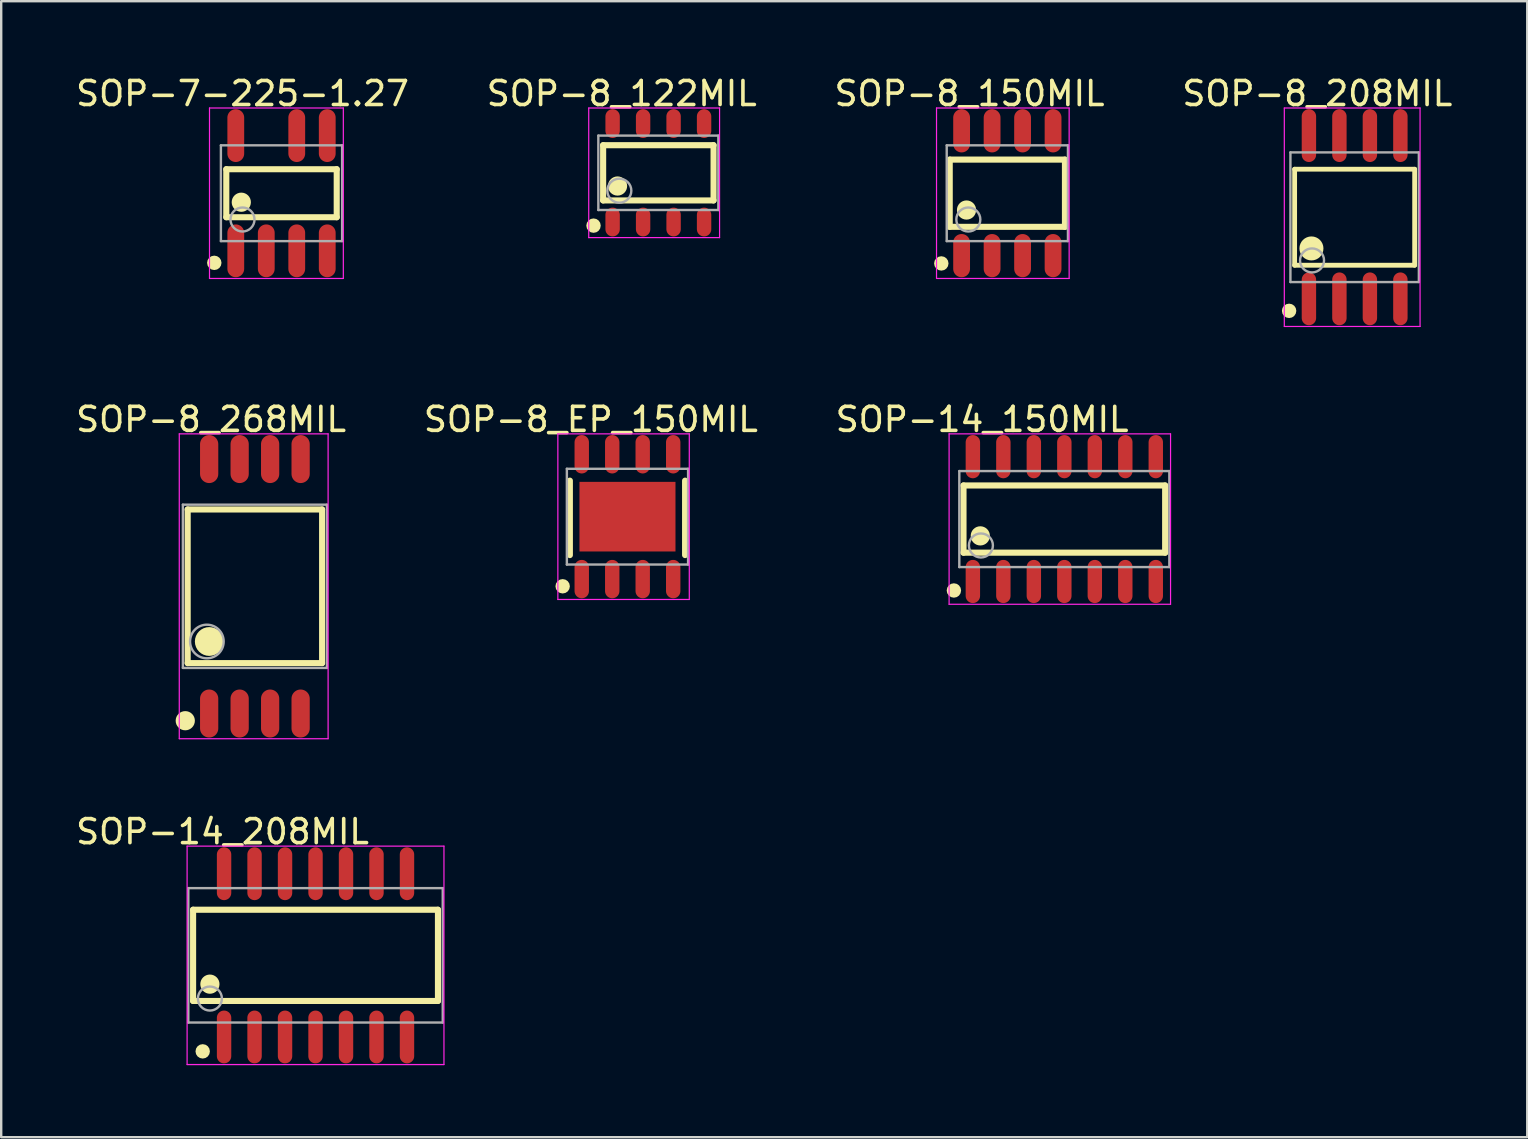
<source format=kicad_pcb>
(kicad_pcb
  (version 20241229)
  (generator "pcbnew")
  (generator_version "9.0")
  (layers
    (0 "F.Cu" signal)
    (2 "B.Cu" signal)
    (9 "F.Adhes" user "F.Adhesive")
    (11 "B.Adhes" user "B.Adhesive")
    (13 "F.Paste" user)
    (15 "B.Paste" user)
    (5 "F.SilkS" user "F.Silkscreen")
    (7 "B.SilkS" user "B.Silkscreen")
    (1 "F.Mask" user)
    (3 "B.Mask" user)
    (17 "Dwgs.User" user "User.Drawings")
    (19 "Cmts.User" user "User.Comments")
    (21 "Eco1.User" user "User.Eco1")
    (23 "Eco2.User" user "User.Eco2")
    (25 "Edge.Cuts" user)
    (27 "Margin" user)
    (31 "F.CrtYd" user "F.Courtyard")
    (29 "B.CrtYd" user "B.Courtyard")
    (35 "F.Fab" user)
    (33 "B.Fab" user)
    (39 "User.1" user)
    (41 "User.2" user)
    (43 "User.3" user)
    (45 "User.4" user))
  (footprint "SOP-7-225-1.27"
    (layer "F.Cu")
    (at 8.677 4.999)
    (property "Reference" "SOP-7-225-1.27" (at -1.624 -4.151 0) (layer "F.SilkS") (effects (font (size 1 1) (thickness 0.15))))
    (attr through_hole)
    (fp_line (start -2.3 -1) (end 2.3 -1) (stroke (width 0.254) (type solid)) (layer "F.SilkS"))
    (fp_line (start -2.3 1) (end -2.3 -1) (stroke (width 0.254) (type solid)) (layer "F.SilkS"))
    (fp_line (start -2.3 1) (end 2.3 1) (stroke (width 0.254) (type solid)) (layer "F.SilkS"))
    (fp_line (start 2.3 1) (end 2.3 -1) (stroke (width 0.254) (type solid)) (layer "F.SilkS"))
    (fp_circle (center -2.8 2.9) (end -2.65 2.9) (stroke (width 0.3) (type solid)) (fill no) (layer "F.SilkS"))
    (fp_circle (center -1.675 0.375) (end -1.475 0.375) (stroke (width 0.4) (type solid)) (fill no) (layer "F.SilkS"))
    (fp_line (start -3 -3.55) (end 2.575 -3.55) (stroke (width 0.05) (type solid)) (layer "F.CrtYd"))
    (fp_line (start -3 3.55) (end -3 -3.55) (stroke (width 0.05) (type solid)) (layer "F.CrtYd"))
    (fp_line (start 2.575 -3.55) (end 2.575 3.55) (stroke (width 0.05) (type solid)) (layer "F.CrtYd"))
    (fp_line (start 2.575 3.55) (end -3 3.55) (stroke (width 0.05) (type solid)) (layer "F.CrtYd"))
    (fp_line (start -2.525 -1.995) (end 2.525 -1.995) (stroke (width 0.1) (type solid)) (layer "F.Fab"))
    (fp_line (start -2.525 1.995) (end -2.525 -1.995) (stroke (width 0.1) (type solid)) (layer "F.Fab"))
    (fp_line (start -2.525 1.995) (end 2.525 1.995) (stroke (width 0.1) (type solid)) (layer "F.Fab"))
    (fp_line (start 2.525 1.995) (end 2.525 -1.995) (stroke (width 0.1) (type solid)) (layer "F.Fab"))
    (fp_circle (center -1.625 1.095) (end -1.125 1.095) (stroke (width 0.1) (type solid)) (fill no) (layer "F.Fab"))
    (pad "1" smd oval (at -1.905 2.4 180) (size 0.7 2.2) (layers "F.Cu" "F.Mask" "F.Paste"))
    (pad "2" smd oval (at -0.635 2.4 180) (size 0.7 2.2) (layers "F.Cu" "F.Mask" "F.Paste"))
    (pad "3" smd oval (at 0.635 2.4 180) (size 0.7 2.2) (layers "F.Cu" "F.Mask" "F.Paste"))
    (pad "4" smd oval (at 1.905 2.4 180) (size 0.7 2.2) (layers "F.Cu" "F.Mask" "F.Paste"))
    (pad "5" smd oval (at 1.905 -2.4 180) (size 0.7 2.2) (layers "F.Cu" "F.Mask" "F.Paste"))
    (pad "6" smd oval (at 0.635 -2.4 180) (size 0.7 2.2) (layers "F.Cu" "F.Mask" "F.Paste"))
    (pad "8" smd oval (at -1.905 -2.4 180) (size 0.7 2.2) (layers "F.Cu" "F.Mask" "F.Paste")))
  (footprint "SOP-8_208MIL"
    (layer "F.Cu")
    (at 53.381 5.999)
    (property "Reference" "SOP-8_208MIL" (at -1.554 -5.151 0) (layer "F.SilkS") (effects (font (size 1 1) (thickness 0.15))))
    (attr through_hole)
    (fp_line (start -2.5 -2) (end 2.5 -2) (stroke (width 0.2) (type solid)) (layer "F.SilkS"))
    (fp_line (start -2.5 2) (end -2.5 -2) (stroke (width 0.2) (type solid)) (layer "F.SilkS"))
    (fp_line (start -2.5 2) (end 2.5 2) (stroke (width 0.2) (type solid)) (layer "F.SilkS"))
    (fp_line (start 2.5 2) (end 2.5 -2) (stroke (width 0.2) (type solid)) (layer "F.SilkS"))
    (fp_circle (center -2.73 3.9) (end -2.58 3.9) (stroke (width 0.3) (type solid)) (fill no) (layer "F.SilkS"))
    (fp_circle (center -1.8 1.3) (end -1.55 1.3) (stroke (width 0.5) (type solid)) (fill no) (layer "F.SilkS"))
    (fp_line (start -2.93 -4.55) (end 2.725 -4.55) (stroke (width 0.05) (type solid)) (layer "F.CrtYd"))
    (fp_line (start -2.93 4.55) (end -2.93 -4.55) (stroke (width 0.05) (type solid)) (layer "F.CrtYd"))
    (fp_line (start 2.725 -4.55) (end 2.725 4.55) (stroke (width 0.05) (type solid)) (layer "F.CrtYd"))
    (fp_line (start 2.725 4.55) (end -2.93 4.55) (stroke (width 0.05) (type solid)) (layer "F.CrtYd"))
    (fp_line (start -2.675 -2.7) (end 2.675 -2.7) (stroke (width 0.1) (type solid)) (layer "F.Fab"))
    (fp_line (start -2.675 2.7) (end -2.675 -2.7) (stroke (width 0.1) (type solid)) (layer "F.Fab"))
    (fp_line (start -2.675 2.7) (end 2.675 2.7) (stroke (width 0.1) (type solid)) (layer "F.Fab"))
    (fp_line (start 2.675 2.7) (end 2.675 -2.7) (stroke (width 0.1) (type solid)) (layer "F.Fab"))
    (fp_circle (center -1.775 1.8) (end -1.275 1.8) (stroke (width 0.1) (type solid)) (fill no) (layer "F.Fab"))
    (pad "1" smd oval (at -1.905 3.4 180) (size 0.6 2.2) (layers "F.Cu" "F.Mask" "F.Paste"))
    (pad "2" smd oval (at -0.635 3.4 180) (size 0.6 2.2) (layers "F.Cu" "F.Mask" "F.Paste"))
    (pad "3" smd oval (at 0.635 3.4 180) (size 0.6 2.2) (layers "F.Cu" "F.Mask" "F.Paste"))
    (pad "4" smd oval (at 1.905 3.4 180) (size 0.6 2.2) (layers "F.Cu" "F.Mask" "F.Paste"))
    (pad "5" smd oval (at 1.905 -3.4 180) (size 0.6 2.2) (layers "F.Cu" "F.Mask" "F.Paste"))
    (pad "6" smd oval (at 0.635 -3.4 180) (size 0.6 2.2) (layers "F.Cu" "F.Mask" "F.Paste"))
    (pad "7" smd oval (at -0.635 -3.4 180) (size 0.6 2.2) (layers "F.Cu" "F.Mask" "F.Paste"))
    (pad "8" smd oval (at -1.905 -3.4 180) (size 0.6 2.2) (layers "F.Cu" "F.Mask" "F.Paste")))
  (footprint "SOP-14_208MIL"
    (layer "F.Cu")
    (at 10.094 36.747)
    (property "Reference" "SOP-14_208MIL" (at -3.874 -5.151 0) (layer "F.SilkS") (effects (font (size 1 1) (thickness 0.15))))
    (attr through_hole)
    (fp_line (start -5.1 -1.9) (end 5.1 -1.9) (stroke (width 0.254) (type solid)) (layer "F.SilkS"))
    (fp_line (start -5.1 1.9) (end -5.1 -1.9) (stroke (width 0.254) (type solid)) (layer "F.SilkS"))
    (fp_line (start -5.1 1.9) (end 5.1 1.9) (stroke (width 0.254) (type solid)) (layer "F.SilkS"))
    (fp_line (start 5.1 1.9) (end 5.1 -1.9) (stroke (width 0.254) (type solid)) (layer "F.SilkS"))
    (fp_circle (center -4.7 4) (end -4.55 4) (stroke (width 0.3) (type solid)) (fill no) (layer "F.SilkS"))
    (fp_circle (center -4.4 1.2) (end -4.2 1.2) (stroke (width 0.4) (type solid)) (fill no) (layer "F.SilkS"))
    (fp_line (start -5.35 -4.55) (end 5.35 -4.55) (stroke (width 0.05) (type solid)) (layer "F.CrtYd"))
    (fp_line (start -5.35 4.55) (end -5.35 -4.55) (stroke (width 0.05) (type solid)) (layer "F.CrtYd"))
    (fp_line (start 5.35 -4.55) (end 5.35 4.55) (stroke (width 0.05) (type solid)) (layer "F.CrtYd"))
    (fp_line (start 5.35 4.55) (end -5.35 4.55) (stroke (width 0.05) (type solid)) (layer "F.CrtYd"))
    (fp_line (start -5.3 -2.8) (end 5.3 -2.8) (stroke (width 0.1) (type solid)) (layer "F.Fab"))
    (fp_line (start -5.3 2.8) (end -5.3 -2.8) (stroke (width 0.1) (type solid)) (layer "F.Fab"))
    (fp_line (start -5.3 2.8) (end 5.3 2.8) (stroke (width 0.1) (type solid)) (layer "F.Fab"))
    (fp_line (start 5.3 2.8) (end 5.3 -2.8) (stroke (width 0.1) (type solid)) (layer "F.Fab"))
    (fp_circle (center -4.4 1.8) (end -3.9 1.8) (stroke (width 0.1) (type solid)) (fill no) (layer "F.Fab"))
    (pad "1" smd oval (at -3.81 3.4) (size 0.6 2.2) (layers "F.Cu" "F.Mask" "F.Paste"))
    (pad "2" smd oval (at -2.54 3.4) (size 0.6 2.2) (layers "F.Cu" "F.Mask" "F.Paste"))
    (pad "3" smd oval (at -1.27 3.4) (size 0.6 2.2) (layers "F.Cu" "F.Mask" "F.Paste"))
    (pad "4" smd oval (at 0 3.4) (size 0.6 2.2) (layers "F.Cu" "F.Mask" "F.Paste"))
    (pad "5" smd oval (at 1.27 3.4) (size 0.6 2.2) (layers "F.Cu" "F.Mask" "F.Paste"))
    (pad "6" smd oval (at 2.54 3.4) (size 0.6 2.2) (layers "F.Cu" "F.Mask" "F.Paste"))
    (pad "7" smd oval (at 3.81 3.4) (size 0.6 2.2) (layers "F.Cu" "F.Mask" "F.Paste"))
    (pad "8" smd oval (at 3.81 -3.4 180) (size 0.6 2.2) (layers "F.Cu" "F.Mask" "F.Paste"))
    (pad "9" smd oval (at 2.54 -3.4 180) (size 0.6 2.2) (layers "F.Cu" "F.Mask" "F.Paste"))
    (pad "10" smd oval (at 1.27 -3.4 180) (size 0.6 2.2) (layers "F.Cu" "F.Mask" "F.Paste"))
    (pad "11" smd oval (at 0 -3.4 180) (size 0.6 2.2) (layers "F.Cu" "F.Mask" "F.Paste"))
    (pad "12" smd oval (at -1.27 -3.4 180) (size 0.6 2.2) (layers "F.Cu" "F.Mask" "F.Paste"))
    (pad "13" smd oval (at -2.54 -3.4 180) (size 0.6 2.2) (layers "F.Cu" "F.Mask" "F.Paste"))
    (pad "14" smd oval (at -3.81 -3.4 180) (size 0.6 2.2) (layers "F.Cu" "F.Mask" "F.Paste")))
  (footprint "SOP-8_150MIL"
    (layer "F.Cu")
    (at 38.913 4.999)
    (property "Reference" "SOP-8_150MIL" (at -1.574 -4.151 0) (layer "F.SilkS") (effects (font (size 1 1) (thickness 0.15))))
    (attr through_hole)
    (fp_line (start -2.4 -1.4) (end 2.4 -1.4) (stroke (width 0.254) (type solid)) (layer "F.SilkS"))
    (fp_line (start -2.4 1.4) (end -2.4 -1.4) (stroke (width 0.254) (type solid)) (layer "F.SilkS"))
    (fp_line (start -2.4 1.4) (end 2.4 1.4) (stroke (width 0.254) (type solid)) (layer "F.SilkS"))
    (fp_line (start 2.4 1.4) (end 2.4 -1.4) (stroke (width 0.254) (type solid)) (layer "F.SilkS"))
    (fp_circle (center -2.75 2.925) (end -2.6 2.925) (stroke (width 0.3) (type solid)) (fill no) (layer "F.SilkS"))
    (fp_circle (center -1.7 0.7) (end -1.5 0.7) (stroke (width 0.4) (type solid)) (fill no) (layer "F.SilkS"))
    (fp_line (start -2.95 -3.55) (end 2.575 -3.55) (stroke (width 0.05) (type solid)) (layer "F.CrtYd"))
    (fp_line (start -2.95 3.55) (end -2.95 -3.55) (stroke (width 0.05) (type solid)) (layer "F.CrtYd"))
    (fp_line (start 2.575 -3.55) (end 2.575 3.55) (stroke (width 0.05) (type solid)) (layer "F.CrtYd"))
    (fp_line (start 2.575 3.55) (end -2.95 3.55) (stroke (width 0.05) (type solid)) (layer "F.CrtYd"))
    (fp_line (start -2.525 -1.995) (end 2.525 -1.995) (stroke (width 0.1) (type solid)) (layer "F.Fab"))
    (fp_line (start -2.525 1.995) (end -2.525 -1.995) (stroke (width 0.1) (type solid)) (layer "F.Fab"))
    (fp_line (start -2.525 1.995) (end 2.525 1.995) (stroke (width 0.1) (type solid)) (layer "F.Fab"))
    (fp_line (start 2.525 1.995) (end 2.525 -1.995) (stroke (width 0.1) (type solid)) (layer "F.Fab"))
    (fp_circle (center -1.625 1.095) (end -1.125 1.095) (stroke (width 0.1) (type solid)) (fill no) (layer "F.Fab"))
    (pad "1" smd oval (at -1.905 2.6 180) (size 0.7 1.8) (layers "F.Cu" "F.Mask" "F.Paste"))
    (pad "2" smd oval (at -0.635 2.6 180) (size 0.7 1.8) (layers "F.Cu" "F.Mask" "F.Paste"))
    (pad "3" smd oval (at 0.635 2.6 180) (size 0.7 1.8) (layers "F.Cu" "F.Mask" "F.Paste"))
    (pad "4" smd oval (at 1.905 2.6 180) (size 0.7 1.8) (layers "F.Cu" "F.Mask" "F.Paste"))
    (pad "5" smd oval (at 1.905 -2.6 180) (size 0.7 1.8) (layers "F.Cu" "F.Mask" "F.Paste"))
    (pad "6" smd oval (at 0.635 -2.6 180) (size 0.7 1.8) (layers "F.Cu" "F.Mask" "F.Paste"))
    (pad "7" smd oval (at -0.635 -2.6 180) (size 0.7 1.8) (layers "F.Cu" "F.Mask" "F.Paste"))
    (pad "8" smd oval (at -1.905 -2.6 180) (size 0.7 1.8) (layers "F.Cu" "F.Mask" "F.Paste")))
  (footprint "SOP-8_EP_150MIL"
    (layer "F.Cu")
    (at 23.089 18.473)
    (property "Reference" "SOP-8_EP_150MIL" (at -1.524 -4.051 0) (layer "F.SilkS") (effects (font (size 1 1) (thickness 0.15))))
    (attr through_hole)
    (fp_line (start -2.4 1.6) (end -2.4 -1.5) (stroke (width 0.254) (type solid)) (layer "F.SilkS"))
    (fp_line (start 2.4 1.6) (end 2.4 -1.5) (stroke (width 0.254) (type solid)) (layer "F.SilkS"))
    (fp_circle (center -2.7 2.9) (end -2.55 2.9) (stroke (width 0.3) (type solid)) (fill no) (layer "F.SilkS"))
    (fp_line (start -2.9 -3.45) (end 2.575 -3.45) (stroke (width 0.05) (type solid)) (layer "F.CrtYd"))
    (fp_line (start -2.9 3.45) (end -2.9 -3.45) (stroke (width 0.05) (type solid)) (layer "F.CrtYd"))
    (fp_line (start 2.575 -3.45) (end 2.575 3.45) (stroke (width 0.05) (type solid)) (layer "F.CrtYd"))
    (fp_line (start 2.575 3.45) (end -2.9 3.45) (stroke (width 0.05) (type solid)) (layer "F.CrtYd"))
    (fp_line (start -2.525 -1.995) (end 2.525 -1.995) (stroke (width 0.1) (type solid)) (layer "F.Fab"))
    (fp_line (start -2.525 1.995) (end -2.525 -1.995) (stroke (width 0.1) (type solid)) (layer "F.Fab"))
    (fp_line (start -2.525 1.995) (end 2.525 1.995) (stroke (width 0.1) (type solid)) (layer "F.Fab"))
    (fp_line (start 2.525 1.995) (end 2.525 -1.995) (stroke (width 0.1) (type solid)) (layer "F.Fab"))
    (pad "0" smd rect (at 0 0 180) (size 4 2.9) (layers "F.Cu" "F.Mask" "F.Paste"))
    (pad "1" smd oval (at -1.905 2.6 180) (size 0.6 1.6) (layers "F.Cu" "F.Mask" "F.Paste"))
    (pad "2" smd oval (at -0.635 2.6 180) (size 0.6 1.6) (layers "F.Cu" "F.Mask" "F.Paste"))
    (pad "3" smd oval (at 0.635 2.6 180) (size 0.6 1.6) (layers "F.Cu" "F.Mask" "F.Paste"))
    (pad "4" smd oval (at 1.905 2.6 180) (size 0.6 1.6) (layers "F.Cu" "F.Mask" "F.Paste"))
    (pad "5" smd oval (at 1.905 -2.6 180) (size 0.6 1.6) (layers "F.Cu" "F.Mask" "F.Paste"))
    (pad "6" smd oval (at 0.635 -2.6 180) (size 0.6 1.6) (layers "F.Cu" "F.Mask" "F.Paste"))
    (pad "7" smd oval (at -0.635 -2.6 180) (size 0.6 1.6) (layers "F.Cu" "F.Mask" "F.Paste"))
    (pad "8" smd oval (at -1.905 -2.6 180) (size 0.6 1.6) (layers "F.Cu" "F.Mask" "F.Paste")))
  (footprint "SOP-8_268MIL"
    (layer "F.Cu")
    (at 7.568 21.373)
    (property "Reference" "SOP-8_268MIL" (at -1.824 -6.951 0) (layer "F.SilkS") (effects (font (size 1 1) (thickness 0.15))))
    (attr through_hole)
    (fp_line (start -2.8 -3.2) (end 2.8 -3.2) (stroke (width 0.254) (type solid)) (layer "F.SilkS"))
    (fp_line (start -2.8 3.2) (end -2.8 -3.2) (stroke (width 0.254) (type solid)) (layer "F.SilkS"))
    (fp_line (start -2.8 3.2) (end 2.8 3.2) (stroke (width 0.254) (type solid)) (layer "F.SilkS"))
    (fp_line (start 2.8 3.2) (end 2.8 -3.2) (stroke (width 0.254) (type solid)) (layer "F.SilkS"))
    (fp_circle (center -2.9 5.6) (end -2.7 5.6) (stroke (width 0.4) (type solid)) (fill no) (layer "F.SilkS"))
    (fp_circle (center -1.9 2.3) (end -1.6 2.3) (stroke (width 0.6) (type solid)) (fill no) (layer "F.SilkS"))
    (fp_line (start -3.15 -6.35) (end 3.05 -6.35) (stroke (width 0.05) (type solid)) (layer "F.CrtYd"))
    (fp_line (start -3.15 6.35) (end -3.15 -6.35) (stroke (width 0.05) (type solid)) (layer "F.CrtYd"))
    (fp_line (start 3.05 -6.35) (end 3.05 6.35) (stroke (width 0.05) (type solid)) (layer "F.CrtYd"))
    (fp_line (start 3.05 6.35) (end -3.15 6.35) (stroke (width 0.05) (type solid)) (layer "F.CrtYd"))
    (fp_line (start -3 -3.4) (end 3 -3.4) (stroke (width 0.1) (type solid)) (layer "F.Fab"))
    (fp_line (start -3 3.4) (end -3 -3.4) (stroke (width 0.1) (type solid)) (layer "F.Fab"))
    (fp_line (start -3 3.4) (end 3 3.4) (stroke (width 0.1) (type solid)) (layer "F.Fab"))
    (fp_line (start 3 3.4) (end 3 -3.4) (stroke (width 0.1) (type solid)) (layer "F.Fab"))
    (fp_circle (center -2 2.3) (end -1.3 2.3) (stroke (width 0.1) (type solid)) (fill no) (layer "F.Fab"))
    (pad "1" smd oval (at -1.905 5.3 180) (size 0.76 2) (layers "F.Cu" "F.Mask" "F.Paste"))
    (pad "2" smd oval (at -0.635 5.3 180) (size 0.76 2) (layers "F.Cu" "F.Mask" "F.Paste"))
    (pad "3" smd oval (at 0.635 5.3 180) (size 0.76 2) (layers "F.Cu" "F.Mask" "F.Paste"))
    (pad "4" smd oval (at 1.905 5.3 180) (size 0.76 2) (layers "F.Cu" "F.Mask" "F.Paste"))
    (pad "5" smd oval (at 1.905 -5.3 180) (size 0.76 2) (layers "F.Cu" "F.Mask" "F.Paste"))
    (pad "6" smd oval (at 0.635 -5.3 180) (size 0.76 2) (layers "F.Cu" "F.Mask" "F.Paste"))
    (pad "7" smd oval (at -0.635 -5.3 180) (size 0.76 2) (layers "F.Cu" "F.Mask" "F.Paste"))
    (pad "8" smd oval (at -1.905 -5.3 180) (size 0.76 2) (layers "F.Cu" "F.Mask" "F.Paste")))
  (footprint "SOP-14_150MIL"
    (layer "F.Cu")
    (at 41.287 18.573)
    (property "Reference" "SOP-14_150MIL" (at -3.424 -4.151 0) (layer "F.SilkS") (effects (font (size 1 1) (thickness 0.15))))
    (attr through_hole)
    (fp_line (start -4.2 -1.4) (end 4.2 -1.4) (stroke (width 0.254) (type solid)) (layer "F.SilkS"))
    (fp_line (start -4.2 1.4) (end -4.2 -1.4) (stroke (width 0.254) (type solid)) (layer "F.SilkS"))
    (fp_line (start -4.2 1.4) (end 4.2 1.4) (stroke (width 0.254) (type solid)) (layer "F.SilkS"))
    (fp_line (start 4.2 1.4) (end 4.2 -1.4) (stroke (width 0.254) (type solid)) (layer "F.SilkS"))
    (fp_circle (center -4.6 2.975) (end -4.45 2.975) (stroke (width 0.3) (type solid)) (fill no) (layer "F.SilkS"))
    (fp_circle (center -3.5 0.7) (end -3.3 0.7) (stroke (width 0.4) (type solid)) (fill no) (layer "F.SilkS"))
    (fp_line (start -4.8 -3.55) (end 4.425 -3.55) (stroke (width 0.05) (type solid)) (layer "F.CrtYd"))
    (fp_line (start -4.8 3.55) (end -4.8 -3.55) (stroke (width 0.05) (type solid)) (layer "F.CrtYd"))
    (fp_line (start 4.425 -3.55) (end 4.425 3.55) (stroke (width 0.05) (type solid)) (layer "F.CrtYd"))
    (fp_line (start 4.425 3.55) (end -4.8 3.55) (stroke (width 0.05) (type solid)) (layer "F.CrtYd"))
    (fp_line (start -4.375 -2) (end 4.375 -2) (stroke (width 0.1) (type solid)) (layer "F.Fab"))
    (fp_line (start -4.375 2) (end -4.375 -2) (stroke (width 0.1) (type solid)) (layer "F.Fab"))
    (fp_line (start -4.375 2) (end 4.375 2) (stroke (width 0.1) (type solid)) (layer "F.Fab"))
    (fp_line (start 4.375 2) (end 4.375 -2) (stroke (width 0.1) (type solid)) (layer "F.Fab"))
    (fp_circle (center -3.475 1.1) (end -2.975 1.1) (stroke (width 0.1) (type solid)) (fill no) (layer "F.Fab"))
    (pad "1" smd oval (at -3.81 2.6 180) (size 0.6 1.8) (layers "F.Cu" "F.Mask" "F.Paste"))
    (pad "2" smd oval (at -2.54 2.6 180) (size 0.6 1.8) (layers "F.Cu" "F.Mask" "F.Paste"))
    (pad "3" smd oval (at -1.27 2.6 180) (size 0.6 1.8) (layers "F.Cu" "F.Mask" "F.Paste"))
    (pad "4" smd oval (at 0 2.6 180) (size 0.6 1.8) (layers "F.Cu" "F.Mask" "F.Paste"))
    (pad "5" smd oval (at 1.27 2.6 180) (size 0.6 1.8) (layers "F.Cu" "F.Mask" "F.Paste"))
    (pad "6" smd oval (at 2.54 2.6 180) (size 0.6 1.8) (layers "F.Cu" "F.Mask" "F.Paste"))
    (pad "7" smd oval (at 3.81 2.6 180) (size 0.6 1.8) (layers "F.Cu" "F.Mask" "F.Paste"))
    (pad "8" smd oval (at 3.81 -2.6 180) (size 0.6 1.8) (layers "F.Cu" "F.Mask" "F.Paste"))
    (pad "9" smd oval (at 2.54 -2.6 180) (size 0.6 1.8) (layers "F.Cu" "F.Mask" "F.Paste"))
    (pad "10" smd oval (at 1.27 -2.6 180) (size 0.6 1.8) (layers "F.Cu" "F.Mask" "F.Paste"))
    (pad "11" smd oval (at 0 -2.6 180) (size 0.6 1.8) (layers "F.Cu" "F.Mask" "F.Paste"))
    (pad "12" smd oval (at -1.27 -2.6 180) (size 0.6 1.8) (layers "F.Cu" "F.Mask" "F.Paste"))
    (pad "13" smd oval (at -2.54 -2.6 180) (size 0.6 1.8) (layers "F.Cu" "F.Mask" "F.Paste"))
    (pad "14" smd oval (at -3.81 -2.6 180) (size 0.6 1.8) (layers "F.Cu" "F.Mask" "F.Paste")))
  (footprint "SOP-8_122MIL"
    (layer "F.Cu")
    (at 24.375 4.149)
    (property "Reference" "SOP-8_122MIL" (at -1.524 -3.301 0) (layer "F.SilkS") (effects (font (size 1 1) (thickness 0.15))))
    (attr through_hole)
    (fp_line (start -2.3 -1.15) (end 2.3 -1.15) (stroke (width 0.254) (type solid)) (layer "F.SilkS"))
    (fp_line (start -2.3 1.15) (end -2.3 -1.15) (stroke (width 0.254) (type solid)) (layer "F.SilkS"))
    (fp_line (start -2.3 1.15) (end 2.3 1.15) (stroke (width 0.254) (type solid)) (layer "F.SilkS"))
    (fp_line (start 2.3 1.15) (end 2.3 -1.15) (stroke (width 0.254) (type solid)) (layer "F.SilkS"))
    (fp_circle (center -2.7 2.2) (end -2.55 2.2) (stroke (width 0.3) (type solid)) (fill no) (layer "F.SilkS"))
    (fp_circle (center -1.7 0.55) (end -1.5 0.55) (stroke (width 0.4) (type solid)) (fill no) (layer "F.SilkS"))
    (fp_line (start -2.9 -2.7) (end 2.55 -2.7) (stroke (width 0.05) (type solid)) (layer "F.CrtYd"))
    (fp_line (start -2.9 2.7) (end -2.9 -2.7) (stroke (width 0.05) (type solid)) (layer "F.CrtYd"))
    (fp_line (start 2.55 -2.7) (end 2.55 2.7) (stroke (width 0.05) (type solid)) (layer "F.CrtYd"))
    (fp_line (start 2.55 2.7) (end -2.9 2.7) (stroke (width 0.05) (type solid)) (layer "F.CrtYd"))
    (fp_line (start -2.5 -1.55) (end 2.5 -1.55) (stroke (width 0.1) (type solid)) (layer "F.Fab"))
    (fp_line (start -2.5 1.55) (end -2.5 -1.55) (stroke (width 0.1) (type solid)) (layer "F.Fab"))
    (fp_line (start -2.5 1.55) (end 2.5 1.55) (stroke (width 0.1) (type solid)) (layer "F.Fab"))
    (fp_line (start 2.5 1.55) (end 2.5 -1.55) (stroke (width 0.1) (type solid)) (layer "F.Fab"))
    (fp_circle (center -1.625 0.745) (end -1.125 0.745) (stroke (width 0.1) (type solid)) (fill no) (layer "F.Fab"))
    (pad "1" smd oval (at -1.905 2.05 180) (size 0.6 1.2) (layers "F.Cu" "F.Mask" "F.Paste"))
    (pad "2" smd oval (at -0.635 2.05 180) (size 0.6 1.2) (layers "F.Cu" "F.Mask" "F.Paste"))
    (pad "3" smd oval (at 0.635 2.05 180) (size 0.6 1.2) (layers "F.Cu" "F.Mask" "F.Paste"))
    (pad "4" smd oval (at 1.905 2.05 180) (size 0.6 1.2) (layers "F.Cu" "F.Mask" "F.Paste"))
    (pad "5" smd oval (at 1.905 -2.05) (size 0.6 1.2) (layers "F.Cu" "F.Mask" "F.Paste"))
    (pad "6" smd oval (at 0.635 -2.05) (size 0.6 1.2) (layers "F.Cu" "F.Mask" "F.Paste"))
    (pad "7" smd oval (at -0.635 -2.05) (size 0.6 1.2) (layers "F.Cu" "F.Mask" "F.Paste"))
    (pad "8" smd oval (at -1.905 -2.05) (size 0.6 1.2) (layers "F.Cu" "F.Mask" "F.Paste")))
  (gr_rect
    (start -3 -3)
    (end 60.571 44.322)
    (stroke (width 0.1) (type default))
    (fill no)
    (layer "Edge.Cuts")))
</source>
